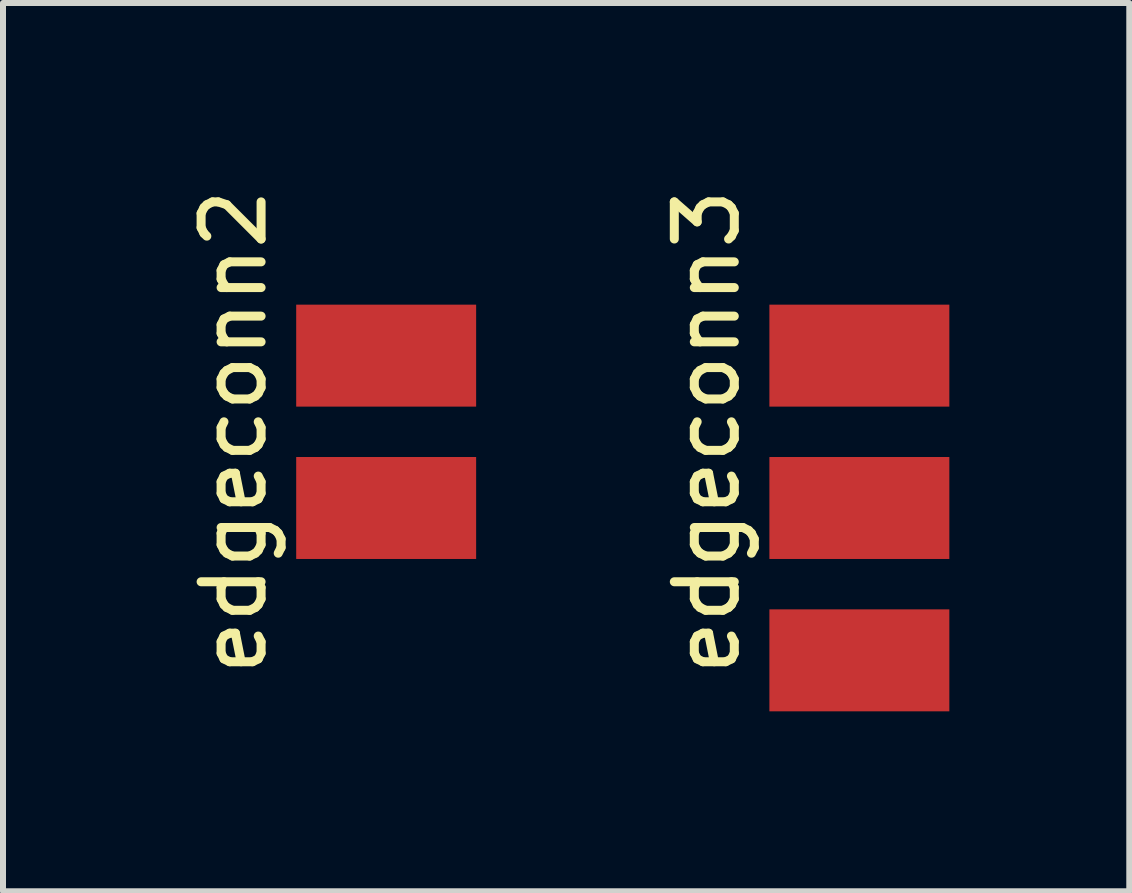
<source format=kicad_pcb>
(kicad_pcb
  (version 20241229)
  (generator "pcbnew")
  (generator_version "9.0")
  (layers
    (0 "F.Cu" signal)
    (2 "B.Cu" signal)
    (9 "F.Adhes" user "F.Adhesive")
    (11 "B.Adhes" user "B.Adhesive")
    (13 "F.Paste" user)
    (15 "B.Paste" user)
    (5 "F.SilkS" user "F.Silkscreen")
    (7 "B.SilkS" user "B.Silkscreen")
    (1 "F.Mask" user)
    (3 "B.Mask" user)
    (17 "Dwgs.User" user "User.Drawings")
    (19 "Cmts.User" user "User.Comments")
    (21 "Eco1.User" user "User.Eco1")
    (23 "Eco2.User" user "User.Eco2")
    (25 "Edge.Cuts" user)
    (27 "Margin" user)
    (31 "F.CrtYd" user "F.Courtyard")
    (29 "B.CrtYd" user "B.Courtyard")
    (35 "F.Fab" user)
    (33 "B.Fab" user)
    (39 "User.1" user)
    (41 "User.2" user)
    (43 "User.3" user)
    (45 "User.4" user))
  (footprint "edgeconn3"
    (layer "F.Cu")
    (at 11.277 4.149)
    (property "Reference" "edgeconn3" (at -2.54 0 90) (layer "F.SilkS") (effects (font (size 1 1) (thickness 0.15))))
    (attr through_hole)
    (pad "1" smd rect (at 0 -1.27) (size 3 1.7) (layers "F.Cu" "F.Mask" "F.Paste"))
    (pad "2" smd rect (at 0 1.27) (size 3 1.7) (layers "F.Cu" "F.Mask" "F.Paste"))
    (pad "3" smd rect (at 0 3.81) (size 3 1.7) (layers "F.Cu" "F.Mask" "F.Paste")))
  (footprint "edgeconn2"
    (layer "F.Cu")
    (at 3.388 4.149)
    (property "Reference" "edgeconn2" (at -2.54 0 90) (layer "F.SilkS") (effects (font (size 1 1) (thickness 0.15))))
    (attr through_hole)
    (pad "1" smd rect (at 0 -1.27) (size 3 1.7) (layers "F.Cu" "F.Mask" "F.Paste"))
    (pad "2" smd rect (at 0 1.27) (size 3 1.7) (layers "F.Cu" "F.Mask" "F.Paste")))
  (gr_rect
    (start -3 -3)
    (end 15.777 11.809)
    (stroke (width 0.1) (type default))
    (fill no)
    (layer "Edge.Cuts")))
</source>
